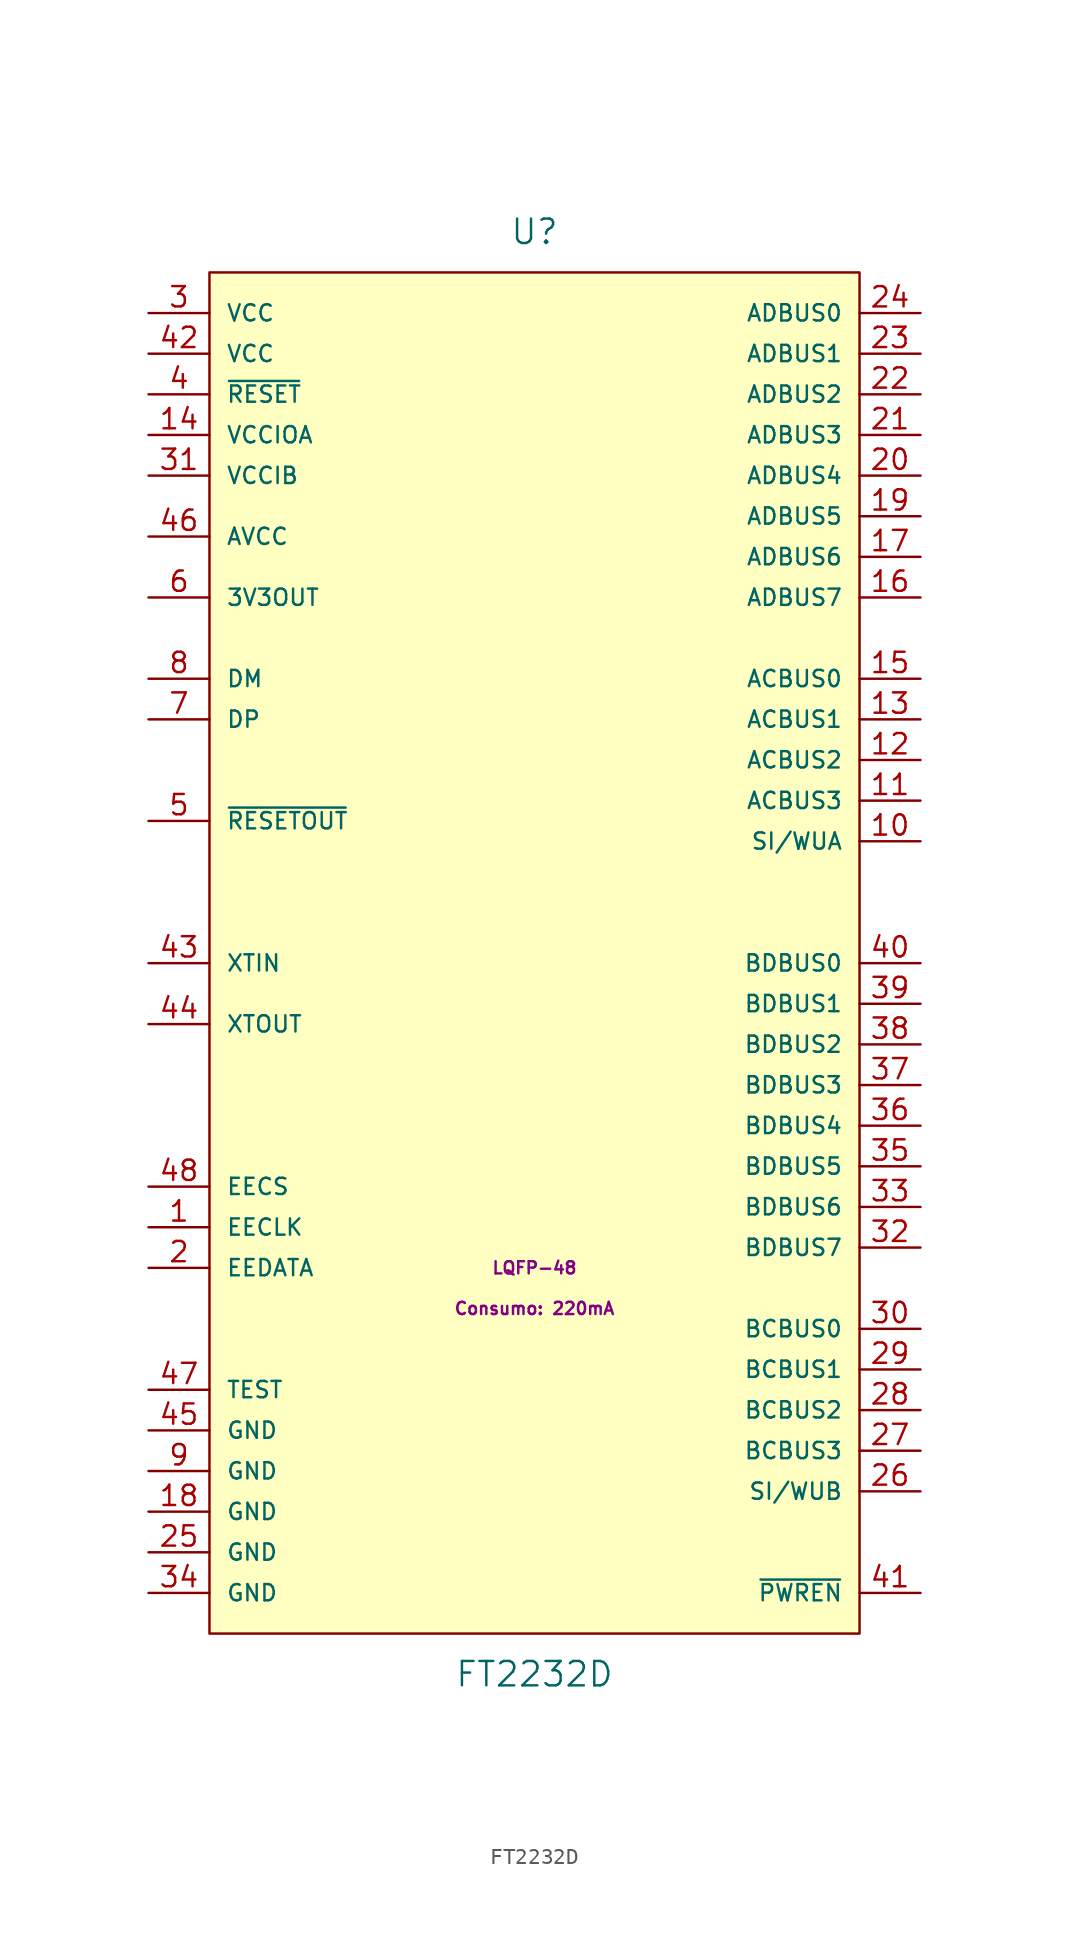
<source format=kicad_sym>
(kicad_symbol_lib
  (version 20220914)
  (generator kicad_symbol_editor)
  (symbol "FT2232D"
    (pin_names
      (offset 1.016))
    (property "Reference" "U"
      (at 0 41.91 0)
      (effects (font (size 1.524 1.524))))
    (property "Value" "FT2232D"
      (at 0 -48.26 0)
      (effects (font (size 1.524 1.524))))
    (property "Footprint" "LQFP-48"
      (at 0 -22.86 0)
      (effects (font (size 0.762 0.762))))
    (property "Datasheet" ""
      (at 0 0 0)
      (effects (font (size 1.524 1.524))))
    (property "Field4" "Consumo: 220mA"
      (at 0 -25.4 0)
      (effects (font (size 0.762 0.762))))
    (symbol "FT2232D_0_1"
      (rectangle (start -20.32 39.37) (end 20.32 -45.72) (stroke (width 0) (type default)) (fill (type background))))
    (symbol "FT2232D_1_1"
      (pin input line (at -24.13 -20.32 0) (length 3.81) (name "EECLK" (effects (font (size 1.016 1.016)))) (number "1" (effects (font (size 1.27 1.27)))))
      (pin input line (at 24.13 3.81 180) (length 3.81) (name "SI/WUA" (effects (font (size 1.016 1.016)))) (number "10" (effects (font (size 1.27 1.27)))))
      (pin input line (at 24.13 6.35 180) (length 3.81) (name "ACBUS3" (effects (font (size 1.016 1.016)))) (number "11" (effects (font (size 1.27 1.27)))))
      (pin input line (at 24.13 8.89 180) (length 3.81) (name "ACBUS2" (effects (font (size 1.016 1.016)))) (number "12" (effects (font (size 1.27 1.27)))))
      (pin input line (at 24.13 11.43 180) (length 3.81) (name "ACBUS1" (effects (font (size 1.016 1.016)))) (number "13" (effects (font (size 1.27 1.27)))))
      (pin input line (at -24.13 29.21 0) (length 3.81) (name "VCCIOA" (effects (font (size 1.016 1.016)))) (number "14" (effects (font (size 1.27 1.27)))))
      (pin input line (at 24.13 13.97 180) (length 3.81) (name "ACBUS0" (effects (font (size 1.016 1.016)))) (number "15" (effects (font (size 1.27 1.27)))))
      (pin input line (at 24.13 19.05 180) (length 3.81) (name "ADBUS7" (effects (font (size 1.016 1.016)))) (number "16" (effects (font (size 1.27 1.27)))))
      (pin input line (at 24.13 21.59 180) (length 3.81) (name "ADBUS6" (effects (font (size 1.016 1.016)))) (number "17" (effects (font (size 1.27 1.27)))))
      (pin input line (at -24.13 -38.1 0) (length 3.81) (name "GND" (effects (font (size 1.016 1.016)))) (number "18" (effects (font (size 1.27 1.27)))))
      (pin input line (at 24.13 24.13 180) (length 3.81) (name "ADBUS5" (effects (font (size 1.016 1.016)))) (number "19" (effects (font (size 1.27 1.27)))))
      (pin input line (at -24.13 -22.86 0) (length 3.81) (name "EEDATA" (effects (font (size 1.016 1.016)))) (number "2" (effects (font (size 1.27 1.27)))))
      (pin input line (at 24.13 26.67 180) (length 3.81) (name "ADBUS4" (effects (font (size 1.016 1.016)))) (number "20" (effects (font (size 1.27 1.27)))))
      (pin input line (at 24.13 29.21 180) (length 3.81) (name "ADBUS3" (effects (font (size 1.016 1.016)))) (number "21" (effects (font (size 1.27 1.27)))))
      (pin input line (at 24.13 31.75 180) (length 3.81) (name "ADBUS2" (effects (font (size 1.016 1.016)))) (number "22" (effects (font (size 1.27 1.27)))))
      (pin input line (at 24.13 34.29 180) (length 3.81) (name "ADBUS1" (effects (font (size 1.016 1.016)))) (number "23" (effects (font (size 1.27 1.27)))))
      (pin input line (at 24.13 36.83 180) (length 3.81) (name "ADBUS0" (effects (font (size 1.016 1.016)))) (number "24" (effects (font (size 1.27 1.27)))))
      (pin input line (at -24.13 -40.64 0) (length 3.81) (name "GND" (effects (font (size 1.016 1.016)))) (number "25" (effects (font (size 1.27 1.27)))))
      (pin input line (at 24.13 -36.83 180) (length 3.81) (name "SI/WUB" (effects (font (size 1.016 1.016)))) (number "26" (effects (font (size 1.27 1.27)))))
      (pin input line (at 24.13 -34.29 180) (length 3.81) (name "BCBUS3" (effects (font (size 1.016 1.016)))) (number "27" (effects (font (size 1.27 1.27)))))
      (pin input line (at 24.13 -31.75 180) (length 3.81) (name "BCBUS2" (effects (font (size 1.016 1.016)))) (number "28" (effects (font (size 1.27 1.27)))))
      (pin input line (at 24.13 -29.21 180) (length 3.81) (name "BCBUS1" (effects (font (size 1.016 1.016)))) (number "29" (effects (font (size 1.27 1.27)))))
      (pin input line (at -24.13 36.83 0) (length 3.81) (name "VCC" (effects (font (size 1.016 1.016)))) (number "3" (effects (font (size 1.27 1.27)))))
      (pin input line (at 24.13 -26.67 180) (length 3.81) (name "BCBUS0" (effects (font (size 1.016 1.016)))) (number "30" (effects (font (size 1.27 1.27)))))
      (pin input line (at -24.13 26.67 0) (length 3.81) (name "VCCIB" (effects (font (size 1.016 1.016)))) (number "31" (effects (font (size 1.27 1.27)))))
      (pin input line (at 24.13 -21.59 180) (length 3.81) (name "BDBUS7" (effects (font (size 1.016 1.016)))) (number "32" (effects (font (size 1.27 1.27)))))
      (pin input line (at 24.13 -19.05 180) (length 3.81) (name "BDBUS6" (effects (font (size 1.016 1.016)))) (number "33" (effects (font (size 1.27 1.27)))))
      (pin input line (at -24.13 -43.18 0) (length 3.81) (name "GND" (effects (font (size 1.016 1.016)))) (number "34" (effects (font (size 1.27 1.27)))))
      (pin input line (at 24.13 -16.51 180) (length 3.81) (name "BDBUS5" (effects (font (size 1.016 1.016)))) (number "35" (effects (font (size 1.27 1.27)))))
      (pin input line (at 24.13 -13.97 180) (length 3.81) (name "BDBUS4" (effects (font (size 1.016 1.016)))) (number "36" (effects (font (size 1.27 1.27)))))
      (pin input line (at 24.13 -11.43 180) (length 3.81) (name "BDBUS3" (effects (font (size 1.016 1.016)))) (number "37" (effects (font (size 1.27 1.27)))))
      (pin input line (at 24.13 -8.89 180) (length 3.81) (name "BDBUS2" (effects (font (size 1.016 1.016)))) (number "38" (effects (font (size 1.27 1.27)))))
      (pin input line (at 24.13 -6.35 180) (length 3.81) (name "BDBUS1" (effects (font (size 1.016 1.016)))) (number "39" (effects (font (size 1.27 1.27)))))
      (pin input line (at -24.13 31.75 0) (length 3.81) (name "~{RESET}" (effects (font (size 1.016 1.016)))) (number "4" (effects (font (size 1.27 1.27)))))
      (pin input line (at 24.13 -3.81 180) (length 3.81) (name "BDBUS0" (effects (font (size 1.016 1.016)))) (number "40" (effects (font (size 1.27 1.27)))))
      (pin input line (at 24.13 -43.18 180) (length 3.81) (name "~{PWREN}" (effects (font (size 1.016 1.016)))) (number "41" (effects (font (size 1.27 1.27)))))
      (pin input line (at -24.13 34.29 0) (length 3.81) (name "VCC" (effects (font (size 1.016 1.016)))) (number "42" (effects (font (size 1.27 1.27)))))
      (pin input line (at -24.13 -3.81 0) (length 3.81) (name "XTIN" (effects (font (size 1.016 1.016)))) (number "43" (effects (font (size 1.27 1.27)))))
      (pin input line (at -24.13 -7.62 0) (length 3.81) (name "XTOUT" (effects (font (size 1.016 1.016)))) (number "44" (effects (font (size 1.27 1.27)))))
      (pin input line (at -24.13 -33.02 0) (length 3.81) (name "GND" (effects (font (size 1.016 1.016)))) (number "45" (effects (font (size 1.27 1.27)))))
      (pin input line (at -24.13 22.86 0) (length 3.81) (name "AVCC" (effects (font (size 1.016 1.016)))) (number "46" (effects (font (size 1.27 1.27)))))
      (pin input line (at -24.13 -30.48 0) (length 3.81) (name "TEST" (effects (font (size 1.016 1.016)))) (number "47" (effects (font (size 1.27 1.27)))))
      (pin input line (at -24.13 -17.78 0) (length 3.81) (name "EECS" (effects (font (size 1.016 1.016)))) (number "48" (effects (font (size 1.27 1.27)))))
      (pin input line (at -24.13 5.08 0) (length 3.81) (name "~{RESETOUT}" (effects (font (size 1.016 1.016)))) (number "5" (effects (font (size 1.27 1.27)))))
      (pin input line (at -24.13 19.05 0) (length 3.81) (name "3V3OUT" (effects (font (size 1.016 1.016)))) (number "6" (effects (font (size 1.27 1.27)))))
      (pin input line (at -24.13 11.43 0) (length 3.81) (name "DP" (effects (font (size 1.016 1.016)))) (number "7" (effects (font (size 1.27 1.27)))))
      (pin input line (at -24.13 13.97 0) (length 3.81) (name "DM" (effects (font (size 1.016 1.016)))) (number "8" (effects (font (size 1.27 1.27)))))
      (pin input line (at -24.13 -35.56 0) (length 3.81) (name "GND" (effects (font (size 1.016 1.016)))) (number "9" (effects (font (size 1.27 1.27))))))))
</source>
